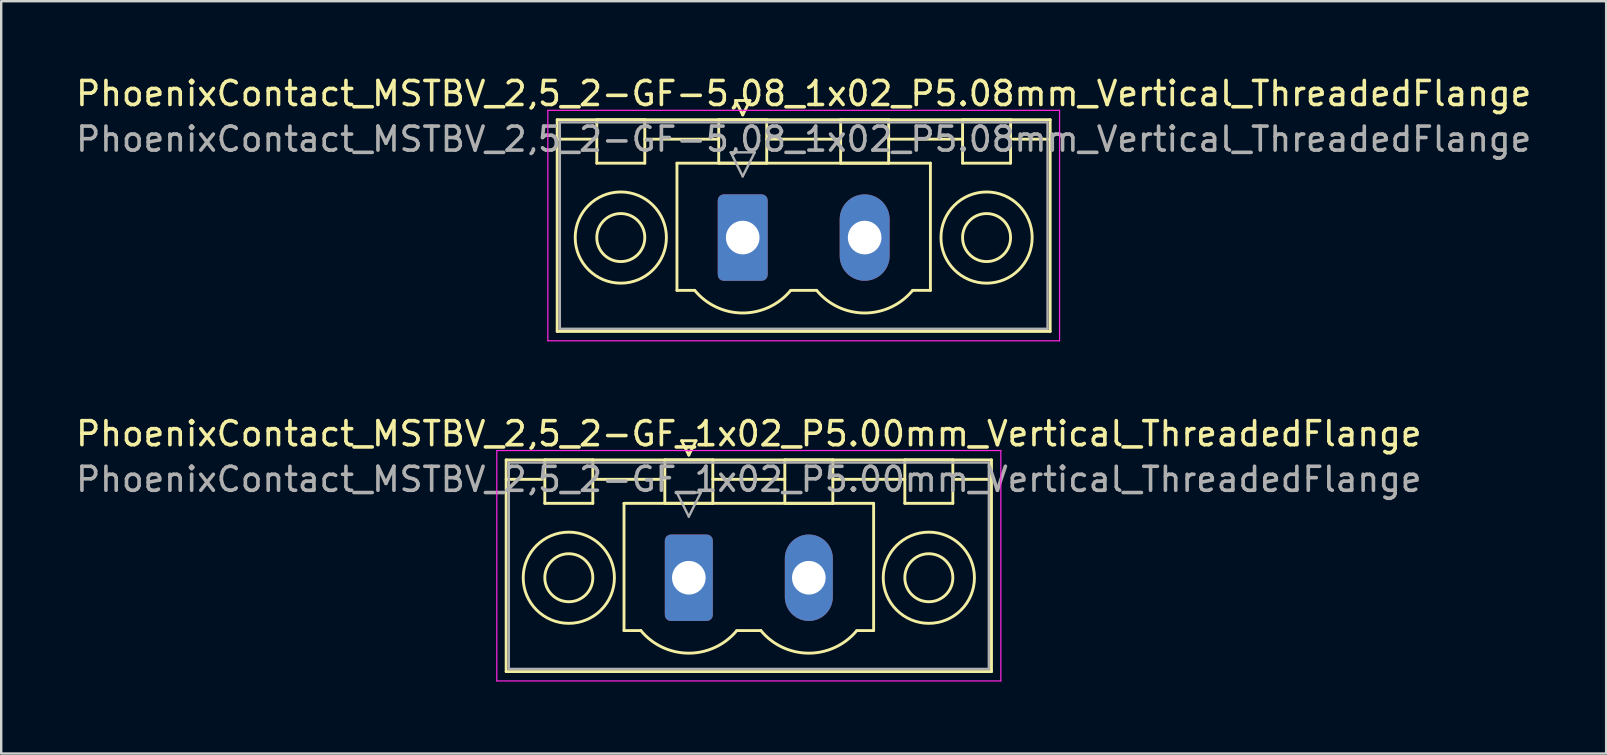
<source format=kicad_pcb>
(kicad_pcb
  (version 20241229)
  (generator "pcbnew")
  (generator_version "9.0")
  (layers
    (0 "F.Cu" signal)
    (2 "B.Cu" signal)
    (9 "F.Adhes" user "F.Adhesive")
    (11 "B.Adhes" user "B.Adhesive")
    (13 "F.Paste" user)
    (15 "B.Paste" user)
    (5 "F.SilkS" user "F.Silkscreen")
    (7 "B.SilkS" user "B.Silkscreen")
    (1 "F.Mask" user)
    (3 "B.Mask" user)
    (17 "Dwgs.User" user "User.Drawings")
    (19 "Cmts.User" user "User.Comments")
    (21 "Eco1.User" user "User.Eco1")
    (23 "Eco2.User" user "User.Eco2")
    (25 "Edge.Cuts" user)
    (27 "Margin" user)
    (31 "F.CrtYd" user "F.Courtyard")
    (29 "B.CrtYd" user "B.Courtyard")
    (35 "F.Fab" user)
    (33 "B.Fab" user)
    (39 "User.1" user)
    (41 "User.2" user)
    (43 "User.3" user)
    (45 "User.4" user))
  (footprint "PhoenixContact_MSTBV_2,5_2-GF-5,08_1x02_P5.08mm_Vertical_ThreadedFlange"
    (layer "F.Cu")
    (at 27.895 6.848)
    (property "Reference" "PhoenixContact_MSTBV_2,5_2-GF-5,08_1x02_P5.08mm_Vertical_ThreadedFlange" (at 2.54 -6 0) (layer "F.SilkS") (effects (font (size 1 1) (thickness 0.15))))
    (attr through_hole)
    (fp_line (start -7.73 -4.91) (end -7.73 3.91) (stroke (width 0.12) (type solid)) (layer "F.SilkS"))
    (fp_line (start -7.73 -4.1) (end -6.19 -4.1) (stroke (width 0.12) (type solid)) (layer "F.SilkS"))
    (fp_line (start -7.73 3.91) (end 12.81 3.91) (stroke (width 0.12) (type solid)) (layer "F.SilkS"))
    (fp_line (start -6.08 -4.91) (end -4.08 -4.91) (stroke (width 0.12) (type solid)) (layer "F.SilkS"))
    (fp_line (start -6.08 -3.1) (end -6.08 -4.91) (stroke (width 0.12) (type solid)) (layer "F.SilkS"))
    (fp_line (start -4.08 -4.91) (end -4.08 -3.1) (stroke (width 0.12) (type solid)) (layer "F.SilkS"))
    (fp_line (start -4.08 -4.1) (end -1 -4.1) (stroke (width 0.12) (type solid)) (layer "F.SilkS"))
    (fp_line (start -4.08 -3.1) (end -6.08 -3.1) (stroke (width 0.12) (type solid)) (layer "F.SilkS"))
    (fp_line (start -2.74 -3.1) (end 7.82 -3.1) (stroke (width 0.12) (type solid)) (layer "F.SilkS"))
    (fp_line (start -2.74 2.2) (end -2.74 -3.1) (stroke (width 0.12) (type solid)) (layer "F.SilkS"))
    (fp_line (start -2 2.2) (end -2.74 2.2) (stroke (width 0.12) (type solid)) (layer "F.SilkS"))
    (fp_line (start -1 -4.91) (end 1 -4.91) (stroke (width 0.12) (type solid)) (layer "F.SilkS"))
    (fp_line (start -1 -3.1) (end -1 -4.91) (stroke (width 0.12) (type solid)) (layer "F.SilkS"))
    (fp_line (start -0.3 -5.71) (end 0.3 -5.71) (stroke (width 0.12) (type solid)) (layer "F.SilkS"))
    (fp_line (start 0 -5.11) (end -0.3 -5.71) (stroke (width 0.12) (type solid)) (layer "F.SilkS"))
    (fp_line (start 0.3 -5.71) (end 0 -5.11) (stroke (width 0.12) (type solid)) (layer "F.SilkS"))
    (fp_line (start 1 -4.91) (end 1 -3.1) (stroke (width 0.12) (type solid)) (layer "F.SilkS"))
    (fp_line (start 1 -4.1) (end 4.08 -4.1) (stroke (width 0.12) (type solid)) (layer "F.SilkS"))
    (fp_line (start 1 -3.1) (end -1 -3.1) (stroke (width 0.12) (type solid)) (layer "F.SilkS"))
    (fp_line (start 2 2.2) (end 3.08 2.2) (stroke (width 0.12) (type solid)) (layer "F.SilkS"))
    (fp_line (start 4.08 -4.91) (end 6.08 -4.91) (stroke (width 0.12) (type solid)) (layer "F.SilkS"))
    (fp_line (start 4.08 -3.1) (end 4.08 -4.91) (stroke (width 0.12) (type solid)) (layer "F.SilkS"))
    (fp_line (start 6.08 -4.91) (end 6.08 -3.1) (stroke (width 0.12) (type solid)) (layer "F.SilkS"))
    (fp_line (start 6.08 -4.1) (end 9.16 -4.1) (stroke (width 0.12) (type solid)) (layer "F.SilkS"))
    (fp_line (start 6.08 -3.1) (end 4.08 -3.1) (stroke (width 0.12) (type solid)) (layer "F.SilkS"))
    (fp_line (start 7.82 -3.1) (end 7.82 2.2) (stroke (width 0.12) (type solid)) (layer "F.SilkS"))
    (fp_line (start 7.82 2.2) (end 7.08 2.2) (stroke (width 0.12) (type solid)) (layer "F.SilkS"))
    (fp_line (start 9.16 -4.91) (end 11.16 -4.91) (stroke (width 0.12) (type solid)) (layer "F.SilkS"))
    (fp_line (start 9.16 -3.1) (end 9.16 -4.91) (stroke (width 0.12) (type solid)) (layer "F.SilkS"))
    (fp_line (start 11.16 -4.91) (end 11.16 -3.1) (stroke (width 0.12) (type solid)) (layer "F.SilkS"))
    (fp_line (start 11.16 -3.1) (end 9.16 -3.1) (stroke (width 0.12) (type solid)) (layer "F.SilkS"))
    (fp_line (start 12.81 -4.91) (end -7.73 -4.91) (stroke (width 0.12) (type solid)) (layer "F.SilkS"))
    (fp_line (start 12.81 -4.1) (end 11.27 -4.1) (stroke (width 0.12) (type solid)) (layer "F.SilkS"))
    (fp_line (start 12.81 3.91) (end 12.81 -4.91) (stroke (width 0.12) (type solid)) (layer "F.SilkS"))
    (fp_arc (start 1.986842 2.215821) (mid -0.010289 3.142758) (end -2 2.2) (stroke (width 0.12) (type solid)) (layer "F.SilkS"))
    (fp_arc (start 7.066842 2.215821) (mid 5.069711 3.142758) (end 3.08 2.2) (stroke (width 0.12) (type solid)) (layer "F.SilkS"))
    (fp_circle (center -5.08 0) (end -4.08 0) (stroke (width 0.12) (type solid)) (fill no) (layer "F.SilkS"))
    (fp_circle (center -5.08 0) (end -3.18 0) (stroke (width 0.12) (type solid)) (fill no) (layer "F.SilkS"))
    (fp_circle (center 10.16 0) (end 11.16 0) (stroke (width 0.12) (type solid)) (fill no) (layer "F.SilkS"))
    (fp_circle (center 10.16 0) (end 12.06 0) (stroke (width 0.12) (type solid)) (fill no) (layer "F.SilkS"))
    (fp_line (start -8.12 -5.3) (end -8.12 4.3) (stroke (width 0.05) (type solid)) (layer "F.CrtYd"))
    (fp_line (start -8.12 4.3) (end 13.2 4.3) (stroke (width 0.05) (type solid)) (layer "F.CrtYd"))
    (fp_line (start 13.2 -5.3) (end -8.12 -5.3) (stroke (width 0.05) (type solid)) (layer "F.CrtYd"))
    (fp_line (start 13.2 4.3) (end 13.2 -5.3) (stroke (width 0.05) (type solid)) (layer "F.CrtYd"))
    (fp_line (start -7.62 -4.8) (end -7.62 3.8) (stroke (width 0.1) (type solid)) (layer "F.Fab"))
    (fp_line (start -7.62 3.8) (end 12.7 3.8) (stroke (width 0.1) (type solid)) (layer "F.Fab"))
    (fp_line (start -0.5 -3.55) (end 0.5 -3.55) (stroke (width 0.1) (type solid)) (layer "F.Fab"))
    (fp_line (start 0 -2.55) (end -0.5 -3.55) (stroke (width 0.1) (type solid)) (layer "F.Fab"))
    (fp_line (start 0.5 -3.55) (end 0 -2.55) (stroke (width 0.1) (type solid)) (layer "F.Fab"))
    (fp_line (start 12.7 -4.8) (end -7.62 -4.8) (stroke (width 0.1) (type solid)) (layer "F.Fab"))
    (fp_line (start 12.7 3.8) (end 12.7 -4.8) (stroke (width 0.1) (type solid)) (layer "F.Fab"))
    (fp_text user "${REFERENCE}" (at 2.54 -4.1 0) (layer "F.Fab") (effects (font (size 1 1) (thickness 0.15))))
    (pad "1" thru_hole roundrect (at 0 0) (size 2.08 3.6) (drill 1.4) (layers "*.Cu" "*.Mask") (roundrect_rratio 0.12))
    (pad "2" thru_hole oval (at 5.08 0) (size 2.08 3.6) (drill 1.4) (layers "*.Cu" "*.Mask")))
  (footprint "PhoenixContact_MSTBV_2,5_2-GF_1x02_P5.00mm_Vertical_ThreadedFlange"
    (layer "F.Cu")
    (at 25.649 21.021)
    (property "Reference" "PhoenixContact_MSTBV_2,5_2-GF_1x02_P5.00mm_Vertical_ThreadedFlange" (at 2.5 -6 0) (layer "F.SilkS") (effects (font (size 1 1) (thickness 0.15))))
    (attr through_hole)
    (fp_line (start -7.61 -4.91) (end -7.61 3.91) (stroke (width 0.12) (type solid)) (layer "F.SilkS"))
    (fp_line (start -7.61 -4.1) (end -6.11 -4.1) (stroke (width 0.12) (type solid)) (layer "F.SilkS"))
    (fp_line (start -7.61 3.91) (end 12.61 3.91) (stroke (width 0.12) (type solid)) (layer "F.SilkS"))
    (fp_line (start -6 -4.91) (end -4 -4.91) (stroke (width 0.12) (type solid)) (layer "F.SilkS"))
    (fp_line (start -6 -3.1) (end -6 -4.91) (stroke (width 0.12) (type solid)) (layer "F.SilkS"))
    (fp_line (start -4 -4.91) (end -4 -3.1) (stroke (width 0.12) (type solid)) (layer "F.SilkS"))
    (fp_line (start -4 -4.1) (end -1 -4.1) (stroke (width 0.12) (type solid)) (layer "F.SilkS"))
    (fp_line (start -4 -3.1) (end -6 -3.1) (stroke (width 0.12) (type solid)) (layer "F.SilkS"))
    (fp_line (start -2.7 -3.1) (end 7.7 -3.1) (stroke (width 0.12) (type solid)) (layer "F.SilkS"))
    (fp_line (start -2.7 2.2) (end -2.7 -3.1) (stroke (width 0.12) (type solid)) (layer "F.SilkS"))
    (fp_line (start -2 2.2) (end -2.7 2.2) (stroke (width 0.12) (type solid)) (layer "F.SilkS"))
    (fp_line (start -1 -4.91) (end 1 -4.91) (stroke (width 0.12) (type solid)) (layer "F.SilkS"))
    (fp_line (start -1 -3.1) (end -1 -4.91) (stroke (width 0.12) (type solid)) (layer "F.SilkS"))
    (fp_line (start -0.3 -5.71) (end 0.3 -5.71) (stroke (width 0.12) (type solid)) (layer "F.SilkS"))
    (fp_line (start 0 -5.11) (end -0.3 -5.71) (stroke (width 0.12) (type solid)) (layer "F.SilkS"))
    (fp_line (start 0.3 -5.71) (end 0 -5.11) (stroke (width 0.12) (type solid)) (layer "F.SilkS"))
    (fp_line (start 1 -4.91) (end 1 -3.1) (stroke (width 0.12) (type solid)) (layer "F.SilkS"))
    (fp_line (start 1 -4.1) (end 4 -4.1) (stroke (width 0.12) (type solid)) (layer "F.SilkS"))
    (fp_line (start 1 -3.1) (end -1 -3.1) (stroke (width 0.12) (type solid)) (layer "F.SilkS"))
    (fp_line (start 2 2.2) (end 3 2.2) (stroke (width 0.12) (type solid)) (layer "F.SilkS"))
    (fp_line (start 4 -4.91) (end 6 -4.91) (stroke (width 0.12) (type solid)) (layer "F.SilkS"))
    (fp_line (start 4 -3.1) (end 4 -4.91) (stroke (width 0.12) (type solid)) (layer "F.SilkS"))
    (fp_line (start 6 -4.91) (end 6 -3.1) (stroke (width 0.12) (type solid)) (layer "F.SilkS"))
    (fp_line (start 6 -4.1) (end 9 -4.1) (stroke (width 0.12) (type solid)) (layer "F.SilkS"))
    (fp_line (start 6 -3.1) (end 4 -3.1) (stroke (width 0.12) (type solid)) (layer "F.SilkS"))
    (fp_line (start 7.7 -3.1) (end 7.7 2.2) (stroke (width 0.12) (type solid)) (layer "F.SilkS"))
    (fp_line (start 7.7 2.2) (end 7 2.2) (stroke (width 0.12) (type solid)) (layer "F.SilkS"))
    (fp_line (start 9 -4.91) (end 11 -4.91) (stroke (width 0.12) (type solid)) (layer "F.SilkS"))
    (fp_line (start 9 -3.1) (end 9 -4.91) (stroke (width 0.12) (type solid)) (layer "F.SilkS"))
    (fp_line (start 11 -4.91) (end 11 -3.1) (stroke (width 0.12) (type solid)) (layer "F.SilkS"))
    (fp_line (start 11 -3.1) (end 9 -3.1) (stroke (width 0.12) (type solid)) (layer "F.SilkS"))
    (fp_line (start 12.61 -4.91) (end -7.61 -4.91) (stroke (width 0.12) (type solid)) (layer "F.SilkS"))
    (fp_line (start 12.61 -4.1) (end 11.11 -4.1) (stroke (width 0.12) (type solid)) (layer "F.SilkS"))
    (fp_line (start 12.61 3.91) (end 12.61 -4.91) (stroke (width 0.12) (type solid)) (layer "F.SilkS"))
    (fp_arc (start 1.986842 2.215821) (mid -0.010289 3.142758) (end -2 2.2) (stroke (width 0.12) (type solid)) (layer "F.SilkS"))
    (fp_arc (start 6.986842 2.215821) (mid 4.989711 3.142758) (end 3 2.2) (stroke (width 0.12) (type solid)) (layer "F.SilkS"))
    (fp_circle (center -5 0) (end -4 0) (stroke (width 0.12) (type solid)) (fill no) (layer "F.SilkS"))
    (fp_circle (center -5 0) (end -3.1 0) (stroke (width 0.12) (type solid)) (fill no) (layer "F.SilkS"))
    (fp_circle (center 10 0) (end 11 0) (stroke (width 0.12) (type solid)) (fill no) (layer "F.SilkS"))
    (fp_circle (center 10 0) (end 11.9 0) (stroke (width 0.12) (type solid)) (fill no) (layer "F.SilkS"))
    (fp_line (start -8 -5.3) (end -8 4.3) (stroke (width 0.05) (type solid)) (layer "F.CrtYd"))
    (fp_line (start -8 4.3) (end 13 4.3) (stroke (width 0.05) (type solid)) (layer "F.CrtYd"))
    (fp_line (start 13 -5.3) (end -8 -5.3) (stroke (width 0.05) (type solid)) (layer "F.CrtYd"))
    (fp_line (start 13 4.3) (end 13 -5.3) (stroke (width 0.05) (type solid)) (layer "F.CrtYd"))
    (fp_line (start -7.5 -4.8) (end -7.5 3.8) (stroke (width 0.1) (type solid)) (layer "F.Fab"))
    (fp_line (start -7.5 3.8) (end 12.5 3.8) (stroke (width 0.1) (type solid)) (layer "F.Fab"))
    (fp_line (start -0.5 -3.55) (end 0.5 -3.55) (stroke (width 0.1) (type solid)) (layer "F.Fab"))
    (fp_line (start 0 -2.55) (end -0.5 -3.55) (stroke (width 0.1) (type solid)) (layer "F.Fab"))
    (fp_line (start 0.5 -3.55) (end 0 -2.55) (stroke (width 0.1) (type solid)) (layer "F.Fab"))
    (fp_line (start 12.5 -4.8) (end -7.5 -4.8) (stroke (width 0.1) (type solid)) (layer "F.Fab"))
    (fp_line (start 12.5 3.8) (end 12.5 -4.8) (stroke (width 0.1) (type solid)) (layer "F.Fab"))
    (fp_text user "${REFERENCE}" (at 2.5 -4.1 0) (layer "F.Fab") (effects (font (size 1 1) (thickness 0.15))))
    (pad "1" thru_hole roundrect (at 0 0) (size 2 3.6) (drill 1.4) (layers "*.Cu" "*.Mask") (roundrect_rratio 0.125))
    (pad "2" thru_hole oval (at 5 0) (size 2 3.6) (drill 1.4) (layers "*.Cu" "*.Mask")))
  (gr_rect
    (start -3 -3)
    (end 63.869 28.346)
    (stroke (width 0.1) (type default))
    (fill no)
    (layer "Edge.Cuts")))
</source>
